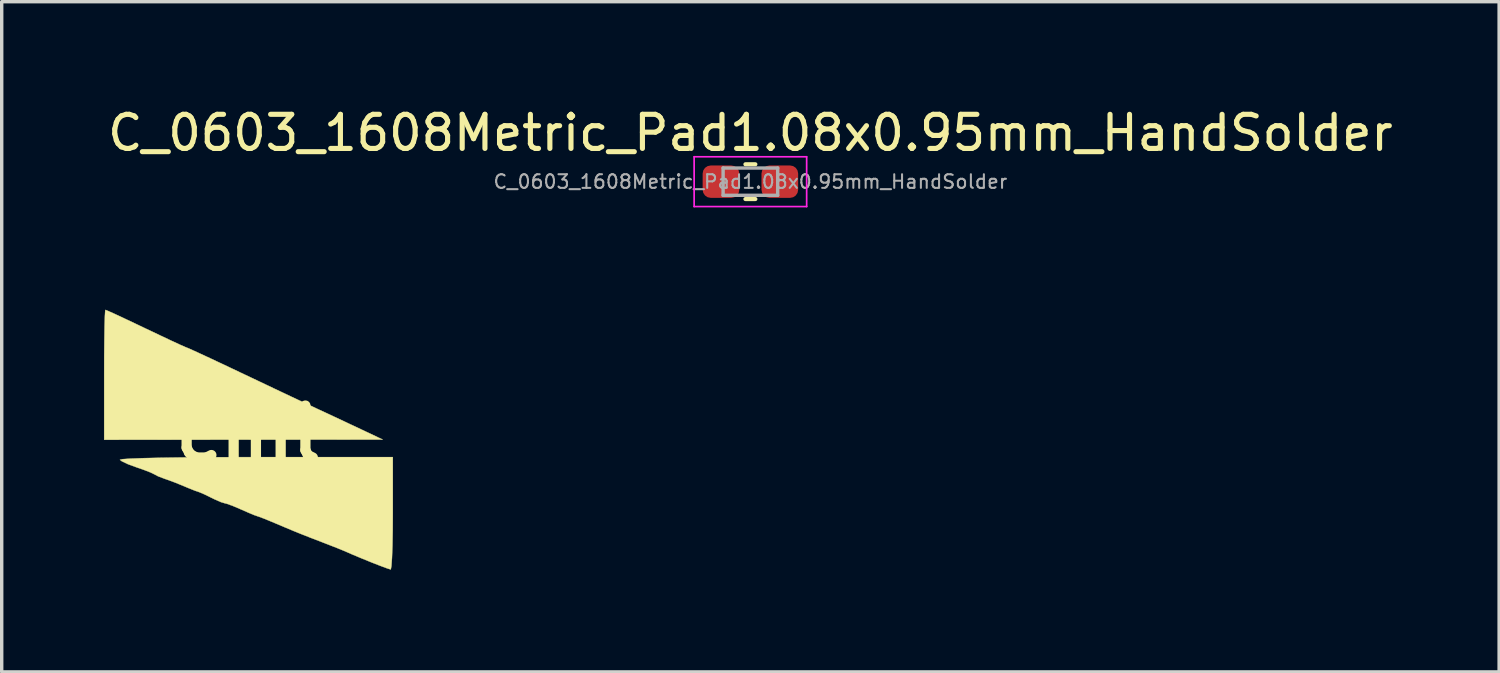
<source format=kicad_pcb>
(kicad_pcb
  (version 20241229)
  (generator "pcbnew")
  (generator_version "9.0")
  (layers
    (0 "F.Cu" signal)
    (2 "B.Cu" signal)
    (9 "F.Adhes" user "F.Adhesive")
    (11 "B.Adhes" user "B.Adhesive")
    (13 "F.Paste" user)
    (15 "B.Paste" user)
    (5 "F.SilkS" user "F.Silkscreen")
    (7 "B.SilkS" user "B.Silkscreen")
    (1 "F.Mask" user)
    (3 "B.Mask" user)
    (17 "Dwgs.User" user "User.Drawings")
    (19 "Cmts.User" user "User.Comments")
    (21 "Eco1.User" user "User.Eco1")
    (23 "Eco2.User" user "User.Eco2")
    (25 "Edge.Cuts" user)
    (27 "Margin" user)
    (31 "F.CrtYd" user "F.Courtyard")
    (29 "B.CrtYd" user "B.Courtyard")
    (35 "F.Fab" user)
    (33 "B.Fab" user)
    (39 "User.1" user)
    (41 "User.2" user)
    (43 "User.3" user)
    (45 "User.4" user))
  (footprint "chil"
    (layer "F.Cu")
    (at 4.238 9.679)
    (property "Reference" "chil" (at 0 0 0) (layer "F.SilkS") (effects (font (size 1.524 1.524) (thickness 0.3))))
    (attr through_hole)
    (fp_poly (pts (xy -4.111 -3.606) (xy -3.9 -3.511) (xy -3.592 -3.367) (xy -3.214 -3.188) (xy -3.009 -3.09) (xy -2.606 -2.899) (xy -2.261 -2.736) (xy -1.999 -2.615) (xy -1.849 -2.549) (xy -1.825 -2.54) (xy -1.735 -2.503) (xy -1.495 -2.394) (xy -1.107 -2.214) (xy -0.574 -1.963) (xy 0.101 -1.643) (xy 0.916 -1.256) (xy 0.974 -1.229) (xy 1.257 -1.095) (xy 1.623 -0.923) (xy 2.003 -0.745) (xy 2.074 -0.712) (xy 2.483 -0.522) (xy 2.925 -0.314) (xy 3.313 -0.132) (xy 3.344 -0.117) (xy 3.937 0.163) (xy -0.148 0.166) (xy -4.233 0.169) (xy -4.233 -1.736) (xy -4.232 -2.283) (xy -4.227 -2.769) (xy -4.221 -3.17) (xy -4.212 -3.461) (xy -4.202 -3.619) (xy -4.196 -3.641) (xy -4.111 -3.606)) (stroke (width 0.01) (type solid)) (fill yes) (layer "F.SilkS"))
    (fp_poly (pts (xy 4.233 2.328) (xy 4.23 2.836) (xy 4.222 3.279) (xy 4.208 3.633) (xy 4.192 3.872) (xy 4.173 3.971) (xy 4.17 3.972) (xy 4.064 3.939) (xy 3.849 3.859) (xy 3.598 3.761) (xy 3.304 3.641) (xy 3.053 3.536) (xy 2.921 3.478) (xy 2.76 3.409) (xy 2.496 3.303) (xy 2.183 3.182) (xy 2.159 3.172) (xy 1.828 3.045) (xy 1.526 2.926) (xy 1.316 2.841) (xy 1.312 2.839) (xy 1.074 2.739) (xy 0.78 2.615) (xy 0.68 2.573) (xy 0.451 2.479) (xy 0.293 2.42) (xy 0.257 2.409) (xy 0.16 2.375) (xy -0.038 2.291) (xy -0.201 2.219) (xy -0.447 2.114) (xy -0.631 2.046) (xy -0.691 2.032) (xy -0.81 1.996) (xy -1.012 1.907) (xy -1.083 1.872) (xy -1.293 1.769) (xy -1.437 1.707) (xy -1.459 1.7) (xy -1.569 1.662) (xy -1.774 1.58) (xy -1.883 1.534) (xy -2.154 1.423) (xy -2.396 1.334) (xy -2.455 1.314) (xy -2.649 1.241) (xy -2.752 1.186) (xy -2.875 1.126) (xy -3.102 1.039) (xy -3.28 0.978) (xy -3.534 0.885) (xy -3.716 0.798) (xy -3.772 0.756) (xy -3.7 0.738) (xy -3.47 0.722) (xy -3.091 0.708) (xy -2.573 0.696) (xy -1.926 0.687) (xy -1.161 0.681) (xy -0.288 0.678) (xy 0.207 0.677) (xy 4.233 0.677) (xy 4.233 2.328)) (stroke (width 0.01) (type solid)) (fill yes) (layer "F.SilkS")))
  (footprint "C_0603_1608Metric_Pad1.08x0.95mm_HandSolder"
    (layer "F.Cu")
    (at 18.958 2.278)
    (property "Reference" "C_0603_1608Metric_Pad1.08x0.95mm_HandSolder" (at 0 -1.43 0) (layer "F.SilkS") (effects (font (size 1 1) (thickness 0.15))))
    (attr smd)
    (fp_line (start -0.146 -0.51) (end 0.146 -0.51) (stroke (width 0.12) (type solid)) (layer "F.SilkS"))
    (fp_line (start -0.146 0.51) (end 0.146 0.51) (stroke (width 0.12) (type solid)) (layer "F.SilkS"))
    (fp_line (start -1.65 -0.73) (end 1.65 -0.73) (stroke (width 0.05) (type solid)) (layer "F.CrtYd"))
    (fp_line (start -1.65 0.73) (end -1.65 -0.73) (stroke (width 0.05) (type solid)) (layer "F.CrtYd"))
    (fp_line (start 1.65 -0.73) (end 1.65 0.73) (stroke (width 0.05) (type solid)) (layer "F.CrtYd"))
    (fp_line (start 1.65 0.73) (end -1.65 0.73) (stroke (width 0.05) (type solid)) (layer "F.CrtYd"))
    (fp_line (start -0.8 -0.4) (end 0.8 -0.4) (stroke (width 0.1) (type solid)) (layer "F.Fab"))
    (fp_line (start -0.8 0.4) (end -0.8 -0.4) (stroke (width 0.1) (type solid)) (layer "F.Fab"))
    (fp_line (start 0.8 -0.4) (end 0.8 0.4) (stroke (width 0.1) (type solid)) (layer "F.Fab"))
    (fp_line (start 0.8 0.4) (end -0.8 0.4) (stroke (width 0.1) (type solid)) (layer "F.Fab"))
    (fp_text user "${REFERENCE}" (at 0 0 0) (layer "F.Fab") (effects (font (size 0.4 0.4) (thickness 0.06))))
    (pad "1" smd roundrect (at -0.863 0) (size 1.075 0.95) (layers "F.Cu" "F.Mask" "F.Paste") (roundrect_rratio 0.25))
    (pad "2" smd roundrect (at 0.863 0) (size 1.075 0.95) (layers "F.Cu" "F.Mask" "F.Paste") (roundrect_rratio 0.25)))
  (gr_rect
    (start -3 -3)
    (end 40.917 16.656)
    (stroke (width 0.1) (type default))
    (fill no)
    (layer "Edge.Cuts")))
</source>
